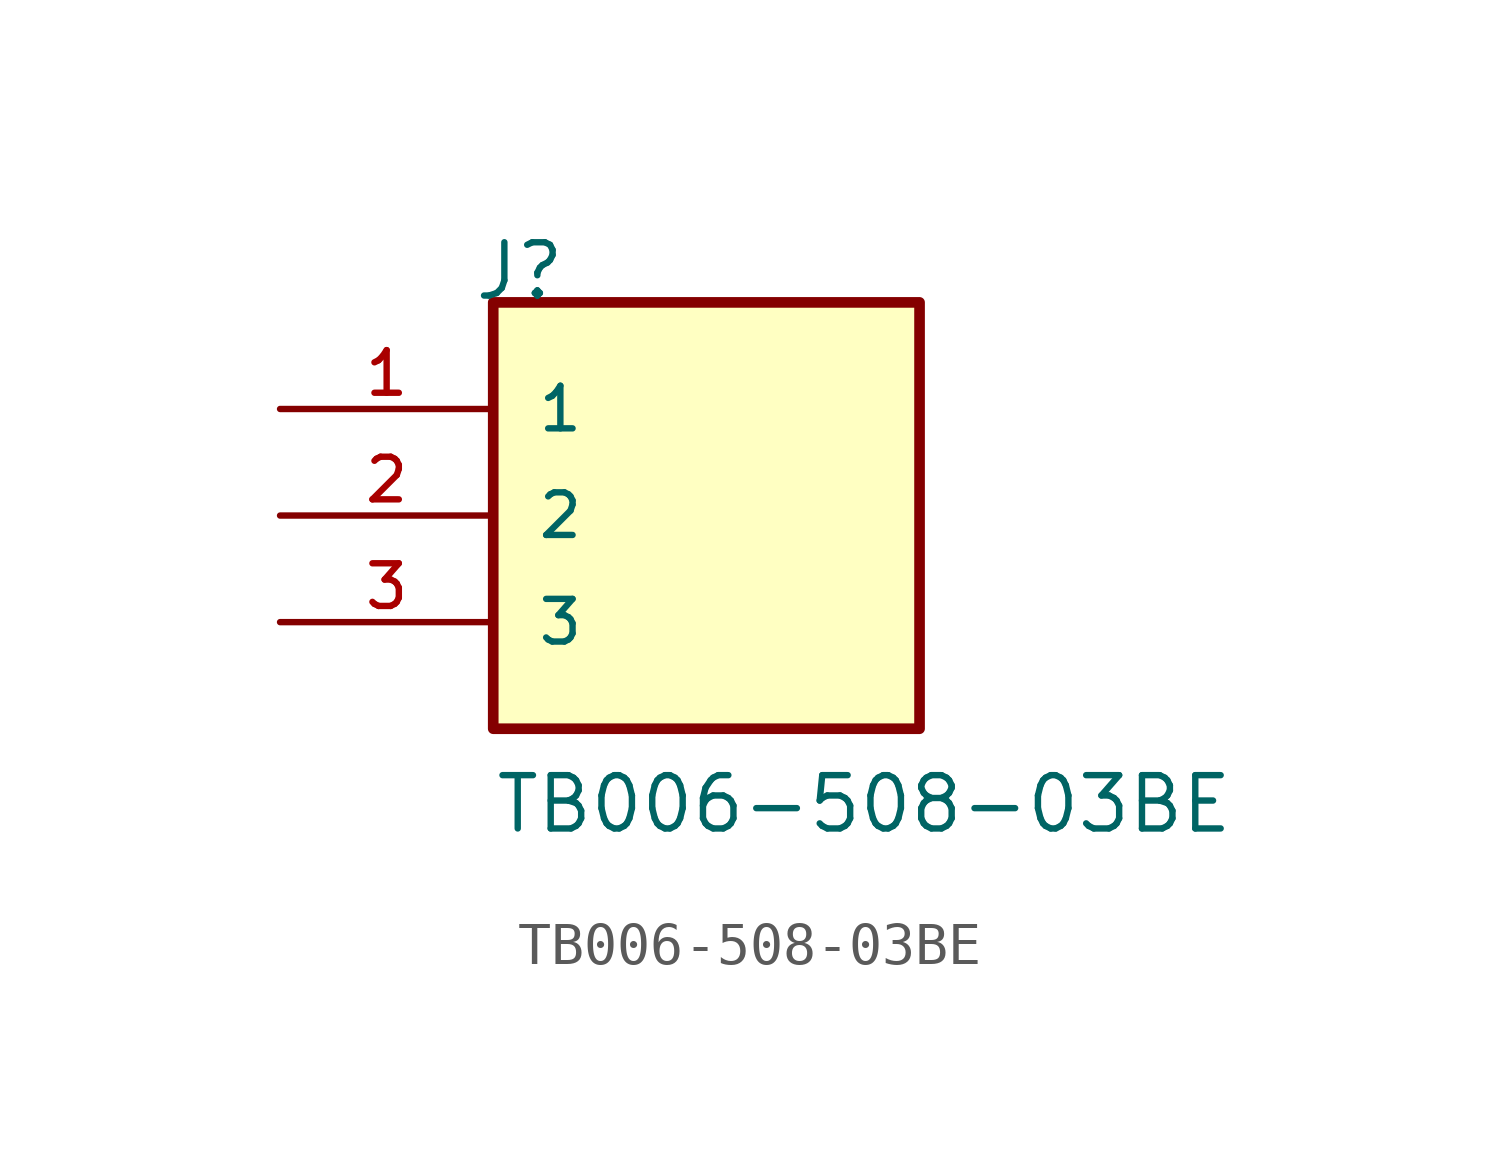
<source format=kicad_sym>
(kicad_symbol_lib
  (version 20211014)
  (generator kicad_symbol_editor)
  (symbol "TB006-508-03BE"
    (pin_names
      (offset 1.016))
    (property "Reference" "J"
      (at -5.58 5.08 0)
      (effects (font (size 1.27 1.27)) (justify bottom left)))
    (property "Value" "TB006-508-03BE"
      (at -5.08 -7.62 0)
      (effects (font (size 1.27 1.27)) (justify bottom left)))
    (symbol "TB006-508-03BE_0_0"
      (rectangle (start -5.08 -5.08) (end 5.08 5.08) (stroke (width 0.254)) (fill (type background)))
      (pin passive line (at -10.16 2.54 0) (length 5.08) (name "1" (effects (font (size 1.016 1.016)))) (number "1" (effects (font (size 1.016 1.016)))))
      (pin passive line (at -10.16 0.0 0) (length 5.08) (name "2" (effects (font (size 1.016 1.016)))) (number "2" (effects (font (size 1.016 1.016)))))
      (pin passive line (at -10.16 -2.54 0) (length 5.08) (name "3" (effects (font (size 1.016 1.016)))) (number "3" (effects (font (size 1.016 1.016))))))))
</source>
